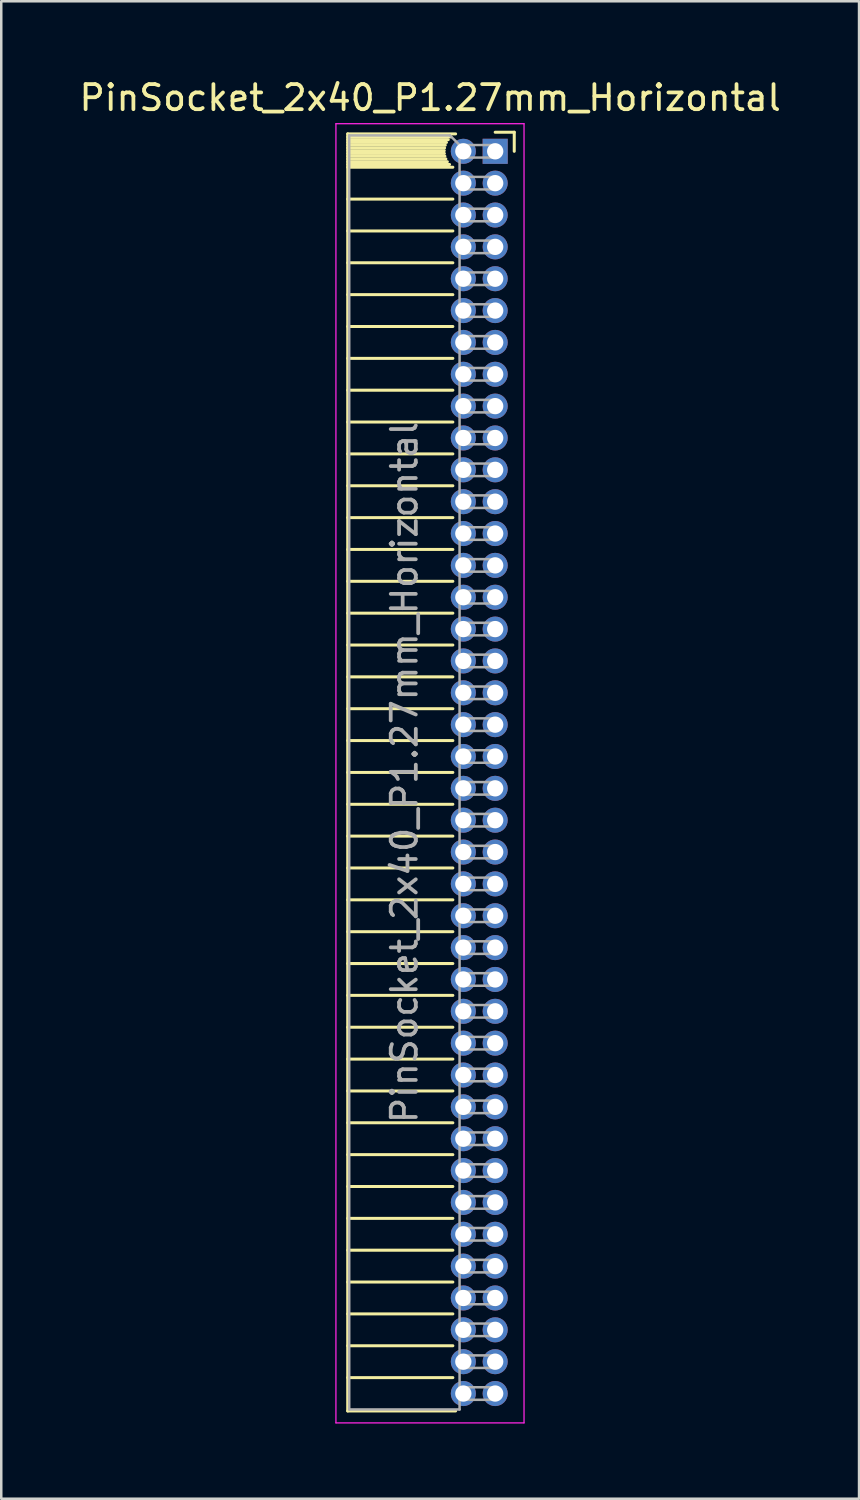
<source format=kicad_pcb>
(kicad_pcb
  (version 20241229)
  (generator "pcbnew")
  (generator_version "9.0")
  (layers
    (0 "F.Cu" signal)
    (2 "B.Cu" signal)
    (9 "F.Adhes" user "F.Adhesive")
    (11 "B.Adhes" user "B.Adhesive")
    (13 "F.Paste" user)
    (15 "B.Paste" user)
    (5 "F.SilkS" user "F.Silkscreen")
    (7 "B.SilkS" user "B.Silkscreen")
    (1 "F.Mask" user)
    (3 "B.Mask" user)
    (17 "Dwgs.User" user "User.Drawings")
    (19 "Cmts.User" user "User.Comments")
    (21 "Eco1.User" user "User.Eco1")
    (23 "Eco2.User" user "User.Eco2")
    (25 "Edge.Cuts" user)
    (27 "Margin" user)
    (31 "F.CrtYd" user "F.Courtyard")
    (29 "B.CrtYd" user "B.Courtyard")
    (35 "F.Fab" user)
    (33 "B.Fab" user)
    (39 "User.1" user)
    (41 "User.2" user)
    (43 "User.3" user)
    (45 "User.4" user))
  (footprint "PinSocket_2x40_P1.27mm_Horizontal"
    (layer "F.Cu")
    (at 16.694 2.983)
    (property "Reference" "PinSocket_2x40_P1.27mm_Horizontal" (at -2.592 -2.135 0) (layer "F.SilkS") (effects (font (size 1 1) (thickness 0.15))))
    (attr through_hole)
    (fp_line (start -5.88 -0.695) (end -5.88 50.225) (stroke (width 0.12) (type solid)) (layer "F.SilkS"))
    (fp_line (start -5.88 -0.695) (end -1.578 -0.695) (stroke (width 0.12) (type solid)) (layer "F.SilkS"))
    (fp_line (start -5.88 -0.575) (end -1.767 -0.575) (stroke (width 0.12) (type solid)) (layer "F.SilkS"))
    (fp_line (start -5.88 -0.465) (end -1.871 -0.465) (stroke (width 0.12) (type solid)) (layer "F.SilkS"))
    (fp_line (start -5.88 -0.355) (end -1.942 -0.355) (stroke (width 0.12) (type solid)) (layer "F.SilkS"))
    (fp_line (start -5.88 -0.245) (end -1.989 -0.245) (stroke (width 0.12) (type solid)) (layer "F.SilkS"))
    (fp_line (start -5.88 -0.135) (end -2.018 -0.135) (stroke (width 0.12) (type solid)) (layer "F.SilkS"))
    (fp_line (start -5.88 -0.025) (end -2.03 -0.025) (stroke (width 0.12) (type solid)) (layer "F.SilkS"))
    (fp_line (start -5.88 0.085) (end -2.025 0.085) (stroke (width 0.12) (type solid)) (layer "F.SilkS"))
    (fp_line (start -5.88 0.195) (end -2.005 0.195) (stroke (width 0.12) (type solid)) (layer "F.SilkS"))
    (fp_line (start -5.88 0.305) (end -1.966 0.305) (stroke (width 0.12) (type solid)) (layer "F.SilkS"))
    (fp_line (start -5.88 0.415) (end -1.907 0.415) (stroke (width 0.12) (type solid)) (layer "F.SilkS"))
    (fp_line (start -5.88 0.525) (end -1.82 0.525) (stroke (width 0.12) (type solid)) (layer "F.SilkS"))
    (fp_line (start -5.88 0.635) (end -1.688 0.635) (stroke (width 0.12) (type solid)) (layer "F.SilkS"))
    (fp_line (start -5.88 1.905) (end -1.688 1.905) (stroke (width 0.12) (type solid)) (layer "F.SilkS"))
    (fp_line (start -5.88 3.175) (end -1.688 3.175) (stroke (width 0.12) (type solid)) (layer "F.SilkS"))
    (fp_line (start -5.88 4.445) (end -1.688 4.445) (stroke (width 0.12) (type solid)) (layer "F.SilkS"))
    (fp_line (start -5.88 5.715) (end -1.688 5.715) (stroke (width 0.12) (type solid)) (layer "F.SilkS"))
    (fp_line (start -5.88 6.985) (end -1.688 6.985) (stroke (width 0.12) (type solid)) (layer "F.SilkS"))
    (fp_line (start -5.88 8.255) (end -1.688 8.255) (stroke (width 0.12) (type solid)) (layer "F.SilkS"))
    (fp_line (start -5.88 9.525) (end -1.688 9.525) (stroke (width 0.12) (type solid)) (layer "F.SilkS"))
    (fp_line (start -5.88 10.795) (end -1.688 10.795) (stroke (width 0.12) (type solid)) (layer "F.SilkS"))
    (fp_line (start -5.88 12.065) (end -1.688 12.065) (stroke (width 0.12) (type solid)) (layer "F.SilkS"))
    (fp_line (start -5.88 13.335) (end -1.688 13.335) (stroke (width 0.12) (type solid)) (layer "F.SilkS"))
    (fp_line (start -5.88 14.605) (end -1.688 14.605) (stroke (width 0.12) (type solid)) (layer "F.SilkS"))
    (fp_line (start -5.88 15.875) (end -1.688 15.875) (stroke (width 0.12) (type solid)) (layer "F.SilkS"))
    (fp_line (start -5.88 17.145) (end -1.688 17.145) (stroke (width 0.12) (type solid)) (layer "F.SilkS"))
    (fp_line (start -5.88 18.415) (end -1.688 18.415) (stroke (width 0.12) (type solid)) (layer "F.SilkS"))
    (fp_line (start -5.88 19.685) (end -1.688 19.685) (stroke (width 0.12) (type solid)) (layer "F.SilkS"))
    (fp_line (start -5.88 20.955) (end -1.688 20.955) (stroke (width 0.12) (type solid)) (layer "F.SilkS"))
    (fp_line (start -5.88 22.225) (end -1.688 22.225) (stroke (width 0.12) (type solid)) (layer "F.SilkS"))
    (fp_line (start -5.88 23.495) (end -1.688 23.495) (stroke (width 0.12) (type solid)) (layer "F.SilkS"))
    (fp_line (start -5.88 24.765) (end -1.688 24.765) (stroke (width 0.12) (type solid)) (layer "F.SilkS"))
    (fp_line (start -5.88 26.035) (end -1.688 26.035) (stroke (width 0.12) (type solid)) (layer "F.SilkS"))
    (fp_line (start -5.88 27.305) (end -1.688 27.305) (stroke (width 0.12) (type solid)) (layer "F.SilkS"))
    (fp_line (start -5.88 28.575) (end -1.688 28.575) (stroke (width 0.12) (type solid)) (layer "F.SilkS"))
    (fp_line (start -5.88 29.845) (end -1.688 29.845) (stroke (width 0.12) (type solid)) (layer "F.SilkS"))
    (fp_line (start -5.88 31.115) (end -1.688 31.115) (stroke (width 0.12) (type solid)) (layer "F.SilkS"))
    (fp_line (start -5.88 32.385) (end -1.688 32.385) (stroke (width 0.12) (type solid)) (layer "F.SilkS"))
    (fp_line (start -5.88 33.655) (end -1.688 33.655) (stroke (width 0.12) (type solid)) (layer "F.SilkS"))
    (fp_line (start -5.88 34.925) (end -1.688 34.925) (stroke (width 0.12) (type solid)) (layer "F.SilkS"))
    (fp_line (start -5.88 36.195) (end -1.688 36.195) (stroke (width 0.12) (type solid)) (layer "F.SilkS"))
    (fp_line (start -5.88 37.465) (end -1.688 37.465) (stroke (width 0.12) (type solid)) (layer "F.SilkS"))
    (fp_line (start -5.88 38.735) (end -1.688 38.735) (stroke (width 0.12) (type solid)) (layer "F.SilkS"))
    (fp_line (start -5.88 40.005) (end -1.688 40.005) (stroke (width 0.12) (type solid)) (layer "F.SilkS"))
    (fp_line (start -5.88 41.275) (end -1.688 41.275) (stroke (width 0.12) (type solid)) (layer "F.SilkS"))
    (fp_line (start -5.88 42.545) (end -1.688 42.545) (stroke (width 0.12) (type solid)) (layer "F.SilkS"))
    (fp_line (start -5.88 43.815) (end -1.688 43.815) (stroke (width 0.12) (type solid)) (layer "F.SilkS"))
    (fp_line (start -5.88 45.085) (end -1.688 45.085) (stroke (width 0.12) (type solid)) (layer "F.SilkS"))
    (fp_line (start -5.88 46.355) (end -1.688 46.355) (stroke (width 0.12) (type solid)) (layer "F.SilkS"))
    (fp_line (start -5.88 47.625) (end -1.688 47.625) (stroke (width 0.12) (type solid)) (layer "F.SilkS"))
    (fp_line (start -5.88 48.895) (end -1.688 48.895) (stroke (width 0.12) (type solid)) (layer "F.SilkS"))
    (fp_line (start -5.88 50.225) (end -1.578 50.225) (stroke (width 0.12) (type solid)) (layer "F.SilkS"))
    (fp_line (start 0 -0.76) (end 0.76 -0.76) (stroke (width 0.12) (type solid)) (layer "F.SilkS"))
    (fp_line (start 0.76 -0.76) (end 0.76 0) (stroke (width 0.12) (type solid)) (layer "F.SilkS"))
    (fp_line (start -6.35 -1.1) (end -6.35 50.7) (stroke (width 0.05) (type solid)) (layer "F.CrtYd"))
    (fp_line (start -6.35 50.7) (end 1.15 50.7) (stroke (width 0.05) (type solid)) (layer "F.CrtYd"))
    (fp_line (start 1.15 -1.1) (end -6.35 -1.1) (stroke (width 0.05) (type solid)) (layer "F.CrtYd"))
    (fp_line (start 1.15 50.7) (end 1.15 -1.1) (stroke (width 0.05) (type solid)) (layer "F.CrtYd"))
    (fp_line (start -5.82 -0.635) (end -1.805 -0.635) (stroke (width 0.1) (type solid)) (layer "F.Fab"))
    (fp_line (start -5.82 50.165) (end -5.82 -0.635) (stroke (width 0.1) (type solid)) (layer "F.Fab"))
    (fp_line (start -1.805 -0.635) (end -1.42 -0.25) (stroke (width 0.1) (type solid)) (layer "F.Fab"))
    (fp_line (start -1.42 -0.25) (end -1.42 50.165) (stroke (width 0.1) (type solid)) (layer "F.Fab"))
    (fp_line (start -1.42 0.25) (end 0 0.25) (stroke (width 0.1) (type solid)) (layer "F.Fab"))
    (fp_line (start -1.42 1.52) (end 0 1.52) (stroke (width 0.1) (type solid)) (layer "F.Fab"))
    (fp_line (start -1.42 2.79) (end 0 2.79) (stroke (width 0.1) (type solid)) (layer "F.Fab"))
    (fp_line (start -1.42 4.06) (end 0 4.06) (stroke (width 0.1) (type solid)) (layer "F.Fab"))
    (fp_line (start -1.42 5.33) (end 0 5.33) (stroke (width 0.1) (type solid)) (layer "F.Fab"))
    (fp_line (start -1.42 6.6) (end 0 6.6) (stroke (width 0.1) (type solid)) (layer "F.Fab"))
    (fp_line (start -1.42 7.87) (end 0 7.87) (stroke (width 0.1) (type solid)) (layer "F.Fab"))
    (fp_line (start -1.42 9.14) (end 0 9.14) (stroke (width 0.1) (type solid)) (layer "F.Fab"))
    (fp_line (start -1.42 10.41) (end 0 10.41) (stroke (width 0.1) (type solid)) (layer "F.Fab"))
    (fp_line (start -1.42 11.68) (end 0 11.68) (stroke (width 0.1) (type solid)) (layer "F.Fab"))
    (fp_line (start -1.42 12.95) (end 0 12.95) (stroke (width 0.1) (type solid)) (layer "F.Fab"))
    (fp_line (start -1.42 14.22) (end 0 14.22) (stroke (width 0.1) (type solid)) (layer "F.Fab"))
    (fp_line (start -1.42 15.49) (end 0 15.49) (stroke (width 0.1) (type solid)) (layer "F.Fab"))
    (fp_line (start -1.42 16.76) (end 0 16.76) (stroke (width 0.1) (type solid)) (layer "F.Fab"))
    (fp_line (start -1.42 18.03) (end 0 18.03) (stroke (width 0.1) (type solid)) (layer "F.Fab"))
    (fp_line (start -1.42 19.3) (end 0 19.3) (stroke (width 0.1) (type solid)) (layer "F.Fab"))
    (fp_line (start -1.42 20.57) (end 0 20.57) (stroke (width 0.1) (type solid)) (layer "F.Fab"))
    (fp_line (start -1.42 21.84) (end 0 21.84) (stroke (width 0.1) (type solid)) (layer "F.Fab"))
    (fp_line (start -1.42 23.11) (end 0 23.11) (stroke (width 0.1) (type solid)) (layer "F.Fab"))
    (fp_line (start -1.42 24.38) (end 0 24.38) (stroke (width 0.1) (type solid)) (layer "F.Fab"))
    (fp_line (start -1.42 25.65) (end 0 25.65) (stroke (width 0.1) (type solid)) (layer "F.Fab"))
    (fp_line (start -1.42 26.92) (end 0 26.92) (stroke (width 0.1) (type solid)) (layer "F.Fab"))
    (fp_line (start -1.42 28.19) (end 0 28.19) (stroke (width 0.1) (type solid)) (layer "F.Fab"))
    (fp_line (start -1.42 29.46) (end 0 29.46) (stroke (width 0.1) (type solid)) (layer "F.Fab"))
    (fp_line (start -1.42 30.73) (end 0 30.73) (stroke (width 0.1) (type solid)) (layer "F.Fab"))
    (fp_line (start -1.42 32) (end 0 32) (stroke (width 0.1) (type solid)) (layer "F.Fab"))
    (fp_line (start -1.42 33.27) (end 0 33.27) (stroke (width 0.1) (type solid)) (layer "F.Fab"))
    (fp_line (start -1.42 34.54) (end 0 34.54) (stroke (width 0.1) (type solid)) (layer "F.Fab"))
    (fp_line (start -1.42 35.81) (end 0 35.81) (stroke (width 0.1) (type solid)) (layer "F.Fab"))
    (fp_line (start -1.42 37.08) (end 0 37.08) (stroke (width 0.1) (type solid)) (layer "F.Fab"))
    (fp_line (start -1.42 38.35) (end 0 38.35) (stroke (width 0.1) (type solid)) (layer "F.Fab"))
    (fp_line (start -1.42 39.62) (end 0 39.62) (stroke (width 0.1) (type solid)) (layer "F.Fab"))
    (fp_line (start -1.42 40.89) (end 0 40.89) (stroke (width 0.1) (type solid)) (layer "F.Fab"))
    (fp_line (start -1.42 42.16) (end 0 42.16) (stroke (width 0.1) (type solid)) (layer "F.Fab"))
    (fp_line (start -1.42 43.43) (end 0 43.43) (stroke (width 0.1) (type solid)) (layer "F.Fab"))
    (fp_line (start -1.42 44.7) (end 0 44.7) (stroke (width 0.1) (type solid)) (layer "F.Fab"))
    (fp_line (start -1.42 45.97) (end 0 45.97) (stroke (width 0.1) (type solid)) (layer "F.Fab"))
    (fp_line (start -1.42 47.24) (end 0 47.24) (stroke (width 0.1) (type solid)) (layer "F.Fab"))
    (fp_line (start -1.42 48.51) (end 0 48.51) (stroke (width 0.1) (type solid)) (layer "F.Fab"))
    (fp_line (start -1.42 49.78) (end 0 49.78) (stroke (width 0.1) (type solid)) (layer "F.Fab"))
    (fp_line (start -1.42 50.165) (end -5.82 50.165) (stroke (width 0.1) (type solid)) (layer "F.Fab"))
    (fp_line (start 0 -0.25) (end -1.42 -0.25) (stroke (width 0.1) (type solid)) (layer "F.Fab"))
    (fp_line (start 0 0.25) (end 0 -0.25) (stroke (width 0.1) (type solid)) (layer "F.Fab"))
    (fp_line (start 0 1.02) (end -1.42 1.02) (stroke (width 0.1) (type solid)) (layer "F.Fab"))
    (fp_line (start 0 1.52) (end 0 1.02) (stroke (width 0.1) (type solid)) (layer "F.Fab"))
    (fp_line (start 0 2.29) (end -1.42 2.29) (stroke (width 0.1) (type solid)) (layer "F.Fab"))
    (fp_line (start 0 2.79) (end 0 2.29) (stroke (width 0.1) (type solid)) (layer "F.Fab"))
    (fp_line (start 0 3.56) (end -1.42 3.56) (stroke (width 0.1) (type solid)) (layer "F.Fab"))
    (fp_line (start 0 4.06) (end 0 3.56) (stroke (width 0.1) (type solid)) (layer "F.Fab"))
    (fp_line (start 0 4.83) (end -1.42 4.83) (stroke (width 0.1) (type solid)) (layer "F.Fab"))
    (fp_line (start 0 5.33) (end 0 4.83) (stroke (width 0.1) (type solid)) (layer "F.Fab"))
    (fp_line (start 0 6.1) (end -1.42 6.1) (stroke (width 0.1) (type solid)) (layer "F.Fab"))
    (fp_line (start 0 6.6) (end 0 6.1) (stroke (width 0.1) (type solid)) (layer "F.Fab"))
    (fp_line (start 0 7.37) (end -1.42 7.37) (stroke (width 0.1) (type solid)) (layer "F.Fab"))
    (fp_line (start 0 7.87) (end 0 7.37) (stroke (width 0.1) (type solid)) (layer "F.Fab"))
    (fp_line (start 0 8.64) (end -1.42 8.64) (stroke (width 0.1) (type solid)) (layer "F.Fab"))
    (fp_line (start 0 9.14) (end 0 8.64) (stroke (width 0.1) (type solid)) (layer "F.Fab"))
    (fp_line (start 0 9.91) (end -1.42 9.91) (stroke (width 0.1) (type solid)) (layer "F.Fab"))
    (fp_line (start 0 10.41) (end 0 9.91) (stroke (width 0.1) (type solid)) (layer "F.Fab"))
    (fp_line (start 0 11.18) (end -1.42 11.18) (stroke (width 0.1) (type solid)) (layer "F.Fab"))
    (fp_line (start 0 11.68) (end 0 11.18) (stroke (width 0.1) (type solid)) (layer "F.Fab"))
    (fp_line (start 0 12.45) (end -1.42 12.45) (stroke (width 0.1) (type solid)) (layer "F.Fab"))
    (fp_line (start 0 12.95) (end 0 12.45) (stroke (width 0.1) (type solid)) (layer "F.Fab"))
    (fp_line (start 0 13.72) (end -1.42 13.72) (stroke (width 0.1) (type solid)) (layer "F.Fab"))
    (fp_line (start 0 14.22) (end 0 13.72) (stroke (width 0.1) (type solid)) (layer "F.Fab"))
    (fp_line (start 0 14.99) (end -1.42 14.99) (stroke (width 0.1) (type solid)) (layer "F.Fab"))
    (fp_line (start 0 15.49) (end 0 14.99) (stroke (width 0.1) (type solid)) (layer "F.Fab"))
    (fp_line (start 0 16.26) (end -1.42 16.26) (stroke (width 0.1) (type solid)) (layer "F.Fab"))
    (fp_line (start 0 16.76) (end 0 16.26) (stroke (width 0.1) (type solid)) (layer "F.Fab"))
    (fp_line (start 0 17.53) (end -1.42 17.53) (stroke (width 0.1) (type solid)) (layer "F.Fab"))
    (fp_line (start 0 18.03) (end 0 17.53) (stroke (width 0.1) (type solid)) (layer "F.Fab"))
    (fp_line (start 0 18.8) (end -1.42 18.8) (stroke (width 0.1) (type solid)) (layer "F.Fab"))
    (fp_line (start 0 19.3) (end 0 18.8) (stroke (width 0.1) (type solid)) (layer "F.Fab"))
    (fp_line (start 0 20.07) (end -1.42 20.07) (stroke (width 0.1) (type solid)) (layer "F.Fab"))
    (fp_line (start 0 20.57) (end 0 20.07) (stroke (width 0.1) (type solid)) (layer "F.Fab"))
    (fp_line (start 0 21.34) (end -1.42 21.34) (stroke (width 0.1) (type solid)) (layer "F.Fab"))
    (fp_line (start 0 21.84) (end 0 21.34) (stroke (width 0.1) (type solid)) (layer "F.Fab"))
    (fp_line (start 0 22.61) (end -1.42 22.61) (stroke (width 0.1) (type solid)) (layer "F.Fab"))
    (fp_line (start 0 23.11) (end 0 22.61) (stroke (width 0.1) (type solid)) (layer "F.Fab"))
    (fp_line (start 0 23.88) (end -1.42 23.88) (stroke (width 0.1) (type solid)) (layer "F.Fab"))
    (fp_line (start 0 24.38) (end 0 23.88) (stroke (width 0.1) (type solid)) (layer "F.Fab"))
    (fp_line (start 0 25.15) (end -1.42 25.15) (stroke (width 0.1) (type solid)) (layer "F.Fab"))
    (fp_line (start 0 25.65) (end 0 25.15) (stroke (width 0.1) (type solid)) (layer "F.Fab"))
    (fp_line (start 0 26.42) (end -1.42 26.42) (stroke (width 0.1) (type solid)) (layer "F.Fab"))
    (fp_line (start 0 26.92) (end 0 26.42) (stroke (width 0.1) (type solid)) (layer "F.Fab"))
    (fp_line (start 0 27.69) (end -1.42 27.69) (stroke (width 0.1) (type solid)) (layer "F.Fab"))
    (fp_line (start 0 28.19) (end 0 27.69) (stroke (width 0.1) (type solid)) (layer "F.Fab"))
    (fp_line (start 0 28.96) (end -1.42 28.96) (stroke (width 0.1) (type solid)) (layer "F.Fab"))
    (fp_line (start 0 29.46) (end 0 28.96) (stroke (width 0.1) (type solid)) (layer "F.Fab"))
    (fp_line (start 0 30.23) (end -1.42 30.23) (stroke (width 0.1) (type solid)) (layer "F.Fab"))
    (fp_line (start 0 30.73) (end 0 30.23) (stroke (width 0.1) (type solid)) (layer "F.Fab"))
    (fp_line (start 0 31.5) (end -1.42 31.5) (stroke (width 0.1) (type solid)) (layer "F.Fab"))
    (fp_line (start 0 32) (end 0 31.5) (stroke (width 0.1) (type solid)) (layer "F.Fab"))
    (fp_line (start 0 32.77) (end -1.42 32.77) (stroke (width 0.1) (type solid)) (layer "F.Fab"))
    (fp_line (start 0 33.27) (end 0 32.77) (stroke (width 0.1) (type solid)) (layer "F.Fab"))
    (fp_line (start 0 34.04) (end -1.42 34.04) (stroke (width 0.1) (type solid)) (layer "F.Fab"))
    (fp_line (start 0 34.54) (end 0 34.04) (stroke (width 0.1) (type solid)) (layer "F.Fab"))
    (fp_line (start 0 35.31) (end -1.42 35.31) (stroke (width 0.1) (type solid)) (layer "F.Fab"))
    (fp_line (start 0 35.81) (end 0 35.31) (stroke (width 0.1) (type solid)) (layer "F.Fab"))
    (fp_line (start 0 36.58) (end -1.42 36.58) (stroke (width 0.1) (type solid)) (layer "F.Fab"))
    (fp_line (start 0 37.08) (end 0 36.58) (stroke (width 0.1) (type solid)) (layer "F.Fab"))
    (fp_line (start 0 37.85) (end -1.42 37.85) (stroke (width 0.1) (type solid)) (layer "F.Fab"))
    (fp_line (start 0 38.35) (end 0 37.85) (stroke (width 0.1) (type solid)) (layer "F.Fab"))
    (fp_line (start 0 39.12) (end -1.42 39.12) (stroke (width 0.1) (type solid)) (layer "F.Fab"))
    (fp_line (start 0 39.62) (end 0 39.12) (stroke (width 0.1) (type solid)) (layer "F.Fab"))
    (fp_line (start 0 40.39) (end -1.42 40.39) (stroke (width 0.1) (type solid)) (layer "F.Fab"))
    (fp_line (start 0 40.89) (end 0 40.39) (stroke (width 0.1) (type solid)) (layer "F.Fab"))
    (fp_line (start 0 41.66) (end -1.42 41.66) (stroke (width 0.1) (type solid)) (layer "F.Fab"))
    (fp_line (start 0 42.16) (end 0 41.66) (stroke (width 0.1) (type solid)) (layer "F.Fab"))
    (fp_line (start 0 42.93) (end -1.42 42.93) (stroke (width 0.1) (type solid)) (layer "F.Fab"))
    (fp_line (start 0 43.43) (end 0 42.93) (stroke (width 0.1) (type solid)) (layer "F.Fab"))
    (fp_line (start 0 44.2) (end -1.42 44.2) (stroke (width 0.1) (type solid)) (layer "F.Fab"))
    (fp_line (start 0 44.7) (end 0 44.2) (stroke (width 0.1) (type solid)) (layer "F.Fab"))
    (fp_line (start 0 45.47) (end -1.42 45.47) (stroke (width 0.1) (type solid)) (layer "F.Fab"))
    (fp_line (start 0 45.97) (end 0 45.47) (stroke (width 0.1) (type solid)) (layer "F.Fab"))
    (fp_line (start 0 46.74) (end -1.42 46.74) (stroke (width 0.1) (type solid)) (layer "F.Fab"))
    (fp_line (start 0 47.24) (end 0 46.74) (stroke (width 0.1) (type solid)) (layer "F.Fab"))
    (fp_line (start 0 48.01) (end -1.42 48.01) (stroke (width 0.1) (type solid)) (layer "F.Fab"))
    (fp_line (start 0 48.51) (end 0 48.01) (stroke (width 0.1) (type solid)) (layer "F.Fab"))
    (fp_line (start 0 49.28) (end -1.42 49.28) (stroke (width 0.1) (type solid)) (layer "F.Fab"))
    (fp_line (start 0 49.78) (end 0 49.28) (stroke (width 0.1) (type solid)) (layer "F.Fab"))
    (fp_text user "${REFERENCE}" (at -3.62 24.765 90) (layer "F.Fab") (effects (font (size 1 1) (thickness 0.15))))
    (pad "1" thru_hole rect (at 0 0) (size 1 1) (drill 0.65) (layers "*.Cu" "*.Mask"))
    (pad "2" thru_hole circle (at -1.27 0) (size 1 1) (drill 0.65) (layers "*.Cu" "*.Mask"))
    (pad "3" thru_hole circle (at 0 1.27) (size 1 1) (drill 0.65) (layers "*.Cu" "*.Mask"))
    (pad "4" thru_hole circle (at -1.27 1.27) (size 1 1) (drill 0.65) (layers "*.Cu" "*.Mask"))
    (pad "5" thru_hole circle (at 0 2.54) (size 1 1) (drill 0.65) (layers "*.Cu" "*.Mask"))
    (pad "6" thru_hole circle (at -1.27 2.54) (size 1 1) (drill 0.65) (layers "*.Cu" "*.Mask"))
    (pad "7" thru_hole circle (at 0 3.81) (size 1 1) (drill 0.65) (layers "*.Cu" "*.Mask"))
    (pad "8" thru_hole circle (at -1.27 3.81) (size 1 1) (drill 0.65) (layers "*.Cu" "*.Mask"))
    (pad "9" thru_hole circle (at 0 5.08) (size 1 1) (drill 0.65) (layers "*.Cu" "*.Mask"))
    (pad "10" thru_hole circle (at -1.27 5.08) (size 1 1) (drill 0.65) (layers "*.Cu" "*.Mask"))
    (pad "11" thru_hole circle (at 0 6.35) (size 1 1) (drill 0.65) (layers "*.Cu" "*.Mask"))
    (pad "12" thru_hole circle (at -1.27 6.35) (size 1 1) (drill 0.65) (layers "*.Cu" "*.Mask"))
    (pad "13" thru_hole circle (at 0 7.62) (size 1 1) (drill 0.65) (layers "*.Cu" "*.Mask"))
    (pad "14" thru_hole circle (at -1.27 7.62) (size 1 1) (drill 0.65) (layers "*.Cu" "*.Mask"))
    (pad "15" thru_hole circle (at 0 8.89) (size 1 1) (drill 0.65) (layers "*.Cu" "*.Mask"))
    (pad "16" thru_hole circle (at -1.27 8.89) (size 1 1) (drill 0.65) (layers "*.Cu" "*.Mask"))
    (pad "17" thru_hole circle (at 0 10.16) (size 1 1) (drill 0.65) (layers "*.Cu" "*.Mask"))
    (pad "18" thru_hole circle (at -1.27 10.16) (size 1 1) (drill 0.65) (layers "*.Cu" "*.Mask"))
    (pad "19" thru_hole circle (at 0 11.43) (size 1 1) (drill 0.65) (layers "*.Cu" "*.Mask"))
    (pad "20" thru_hole circle (at -1.27 11.43) (size 1 1) (drill 0.65) (layers "*.Cu" "*.Mask"))
    (pad "21" thru_hole circle (at 0 12.7) (size 1 1) (drill 0.65) (layers "*.Cu" "*.Mask"))
    (pad "22" thru_hole circle (at -1.27 12.7) (size 1 1) (drill 0.65) (layers "*.Cu" "*.Mask"))
    (pad "23" thru_hole circle (at 0 13.97) (size 1 1) (drill 0.65) (layers "*.Cu" "*.Mask"))
    (pad "24" thru_hole circle (at -1.27 13.97) (size 1 1) (drill 0.65) (layers "*.Cu" "*.Mask"))
    (pad "25" thru_hole circle (at 0 15.24) (size 1 1) (drill 0.65) (layers "*.Cu" "*.Mask"))
    (pad "26" thru_hole circle (at -1.27 15.24) (size 1 1) (drill 0.65) (layers "*.Cu" "*.Mask"))
    (pad "27" thru_hole circle (at 0 16.51) (size 1 1) (drill 0.65) (layers "*.Cu" "*.Mask"))
    (pad "28" thru_hole circle (at -1.27 16.51) (size 1 1) (drill 0.65) (layers "*.Cu" "*.Mask"))
    (pad "29" thru_hole circle (at 0 17.78) (size 1 1) (drill 0.65) (layers "*.Cu" "*.Mask"))
    (pad "30" thru_hole circle (at -1.27 17.78) (size 1 1) (drill 0.65) (layers "*.Cu" "*.Mask"))
    (pad "31" thru_hole circle (at 0 19.05) (size 1 1) (drill 0.65) (layers "*.Cu" "*.Mask"))
    (pad "32" thru_hole circle (at -1.27 19.05) (size 1 1) (drill 0.65) (layers "*.Cu" "*.Mask"))
    (pad "33" thru_hole circle (at 0 20.32) (size 1 1) (drill 0.65) (layers "*.Cu" "*.Mask"))
    (pad "34" thru_hole circle (at -1.27 20.32) (size 1 1) (drill 0.65) (layers "*.Cu" "*.Mask"))
    (pad "35" thru_hole circle (at 0 21.59) (size 1 1) (drill 0.65) (layers "*.Cu" "*.Mask"))
    (pad "36" thru_hole circle (at -1.27 21.59) (size 1 1) (drill 0.65) (layers "*.Cu" "*.Mask"))
    (pad "37" thru_hole circle (at 0 22.86) (size 1 1) (drill 0.65) (layers "*.Cu" "*.Mask"))
    (pad "38" thru_hole circle (at -1.27 22.86) (size 1 1) (drill 0.65) (layers "*.Cu" "*.Mask"))
    (pad "39" thru_hole circle (at 0 24.13) (size 1 1) (drill 0.65) (layers "*.Cu" "*.Mask"))
    (pad "40" thru_hole circle (at -1.27 24.13) (size 1 1) (drill 0.65) (layers "*.Cu" "*.Mask"))
    (pad "41" thru_hole circle (at 0 25.4) (size 1 1) (drill 0.65) (layers "*.Cu" "*.Mask"))
    (pad "42" thru_hole circle (at -1.27 25.4) (size 1 1) (drill 0.65) (layers "*.Cu" "*.Mask"))
    (pad "43" thru_hole circle (at 0 26.67) (size 1 1) (drill 0.65) (layers "*.Cu" "*.Mask"))
    (pad "44" thru_hole circle (at -1.27 26.67) (size 1 1) (drill 0.65) (layers "*.Cu" "*.Mask"))
    (pad "45" thru_hole circle (at 0 27.94) (size 1 1) (drill 0.65) (layers "*.Cu" "*.Mask"))
    (pad "46" thru_hole circle (at -1.27 27.94) (size 1 1) (drill 0.65) (layers "*.Cu" "*.Mask"))
    (pad "47" thru_hole circle (at 0 29.21) (size 1 1) (drill 0.65) (layers "*.Cu" "*.Mask"))
    (pad "48" thru_hole circle (at -1.27 29.21) (size 1 1) (drill 0.65) (layers "*.Cu" "*.Mask"))
    (pad "49" thru_hole circle (at 0 30.48) (size 1 1) (drill 0.65) (layers "*.Cu" "*.Mask"))
    (pad "50" thru_hole circle (at -1.27 30.48) (size 1 1) (drill 0.65) (layers "*.Cu" "*.Mask"))
    (pad "51" thru_hole circle (at 0 31.75) (size 1 1) (drill 0.65) (layers "*.Cu" "*.Mask"))
    (pad "52" thru_hole circle (at -1.27 31.75) (size 1 1) (drill 0.65) (layers "*.Cu" "*.Mask"))
    (pad "53" thru_hole circle (at 0 33.02) (size 1 1) (drill 0.65) (layers "*.Cu" "*.Mask"))
    (pad "54" thru_hole circle (at -1.27 33.02) (size 1 1) (drill 0.65) (layers "*.Cu" "*.Mask"))
    (pad "55" thru_hole circle (at 0 34.29) (size 1 1) (drill 0.65) (layers "*.Cu" "*.Mask"))
    (pad "56" thru_hole circle (at -1.27 34.29) (size 1 1) (drill 0.65) (layers "*.Cu" "*.Mask"))
    (pad "57" thru_hole circle (at 0 35.56) (size 1 1) (drill 0.65) (layers "*.Cu" "*.Mask"))
    (pad "58" thru_hole circle (at -1.27 35.56) (size 1 1) (drill 0.65) (layers "*.Cu" "*.Mask"))
    (pad "59" thru_hole circle (at 0 36.83) (size 1 1) (drill 0.65) (layers "*.Cu" "*.Mask"))
    (pad "60" thru_hole circle (at -1.27 36.83) (size 1 1) (drill 0.65) (layers "*.Cu" "*.Mask"))
    (pad "61" thru_hole circle (at 0 38.1) (size 1 1) (drill 0.65) (layers "*.Cu" "*.Mask"))
    (pad "62" thru_hole circle (at -1.27 38.1) (size 1 1) (drill 0.65) (layers "*.Cu" "*.Mask"))
    (pad "63" thru_hole circle (at 0 39.37) (size 1 1) (drill 0.65) (layers "*.Cu" "*.Mask"))
    (pad "64" thru_hole circle (at -1.27 39.37) (size 1 1) (drill 0.65) (layers "*.Cu" "*.Mask"))
    (pad "65" thru_hole circle (at 0 40.64) (size 1 1) (drill 0.65) (layers "*.Cu" "*.Mask"))
    (pad "66" thru_hole circle (at -1.27 40.64) (size 1 1) (drill 0.65) (layers "*.Cu" "*.Mask"))
    (pad "67" thru_hole circle (at 0 41.91) (size 1 1) (drill 0.65) (layers "*.Cu" "*.Mask"))
    (pad "68" thru_hole circle (at -1.27 41.91) (size 1 1) (drill 0.65) (layers "*.Cu" "*.Mask"))
    (pad "69" thru_hole circle (at 0 43.18) (size 1 1) (drill 0.65) (layers "*.Cu" "*.Mask"))
    (pad "70" thru_hole circle (at -1.27 43.18) (size 1 1) (drill 0.65) (layers "*.Cu" "*.Mask"))
    (pad "71" thru_hole circle (at 0 44.45) (size 1 1) (drill 0.65) (layers "*.Cu" "*.Mask"))
    (pad "72" thru_hole circle (at -1.27 44.45) (size 1 1) (drill 0.65) (layers "*.Cu" "*.Mask"))
    (pad "73" thru_hole circle (at 0 45.72) (size 1 1) (drill 0.65) (layers "*.Cu" "*.Mask"))
    (pad "74" thru_hole circle (at -1.27 45.72) (size 1 1) (drill 0.65) (layers "*.Cu" "*.Mask"))
    (pad "75" thru_hole circle (at 0 46.99) (size 1 1) (drill 0.65) (layers "*.Cu" "*.Mask"))
    (pad "76" thru_hole circle (at -1.27 46.99) (size 1 1) (drill 0.65) (layers "*.Cu" "*.Mask"))
    (pad "77" thru_hole circle (at 0 48.26) (size 1 1) (drill 0.65) (layers "*.Cu" "*.Mask"))
    (pad "78" thru_hole circle (at -1.27 48.26) (size 1 1) (drill 0.65) (layers "*.Cu" "*.Mask"))
    (pad "79" thru_hole circle (at 0 49.53) (size 1 1) (drill 0.65) (layers "*.Cu" "*.Mask"))
    (pad "80" thru_hole circle (at -1.27 49.53) (size 1 1) (drill 0.65) (layers "*.Cu" "*.Mask")))
  (gr_rect
    (start -3 -3)
    (end 31.202 56.708)
    (stroke (width 0.1) (type default))
    (fill no)
    (layer "Edge.Cuts")))
</source>
